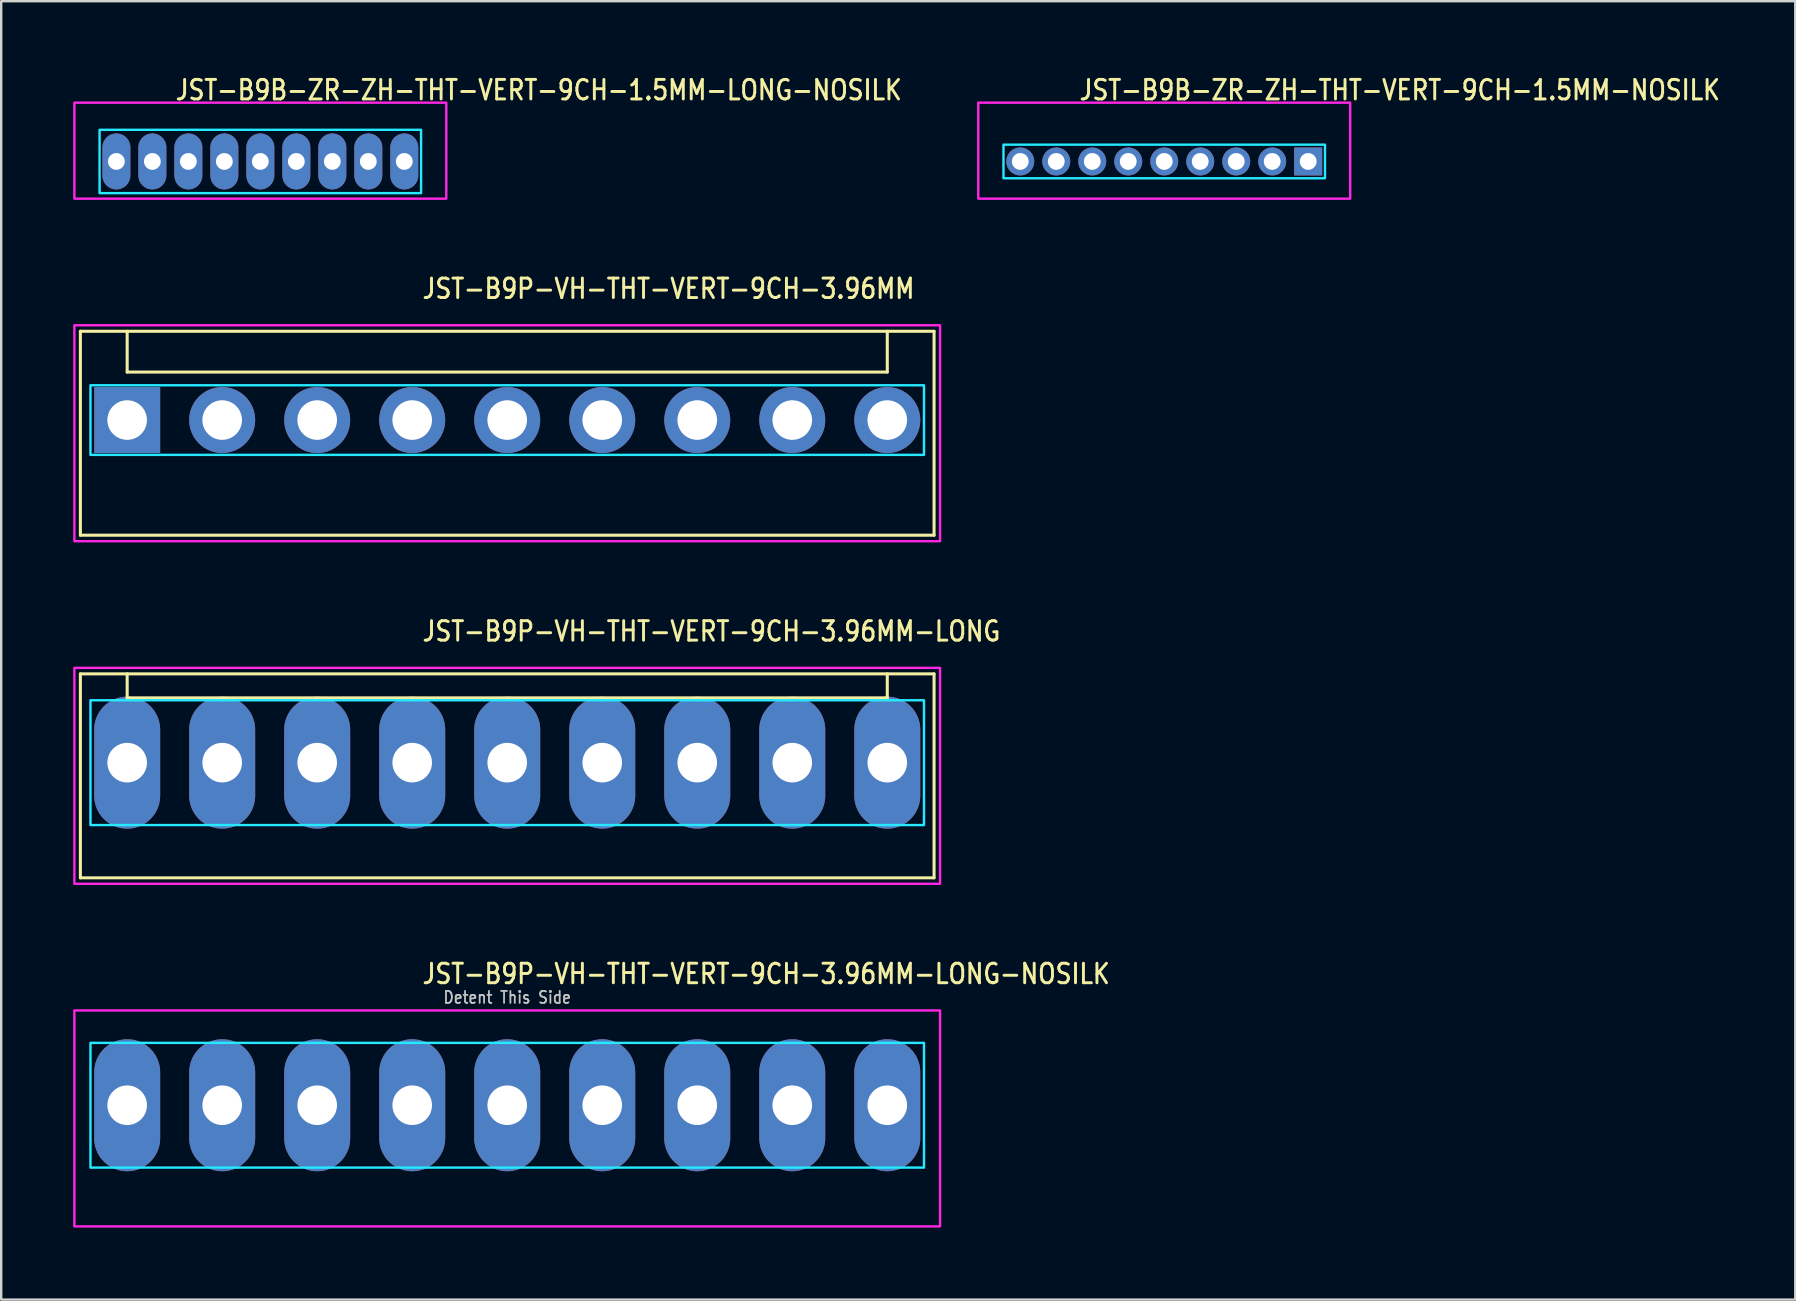
<source format=kicad_pcb>
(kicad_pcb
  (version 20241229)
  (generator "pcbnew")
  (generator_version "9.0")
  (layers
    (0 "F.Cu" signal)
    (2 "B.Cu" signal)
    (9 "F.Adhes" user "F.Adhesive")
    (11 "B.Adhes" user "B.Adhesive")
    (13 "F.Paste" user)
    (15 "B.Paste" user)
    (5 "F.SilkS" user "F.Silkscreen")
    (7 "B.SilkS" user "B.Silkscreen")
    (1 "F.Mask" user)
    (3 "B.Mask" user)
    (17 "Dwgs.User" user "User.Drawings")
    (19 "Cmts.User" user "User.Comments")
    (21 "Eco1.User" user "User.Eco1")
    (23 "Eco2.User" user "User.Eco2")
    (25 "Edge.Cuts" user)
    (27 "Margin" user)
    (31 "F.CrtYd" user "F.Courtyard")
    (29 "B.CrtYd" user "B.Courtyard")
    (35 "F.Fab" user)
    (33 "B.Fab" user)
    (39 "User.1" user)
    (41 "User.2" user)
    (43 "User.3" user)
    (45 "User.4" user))
  (footprint "JST-B9B-ZR-ZH-THT-VERT-9CH-1.5MM-NOSILK"
    (layer "F.Cu")
    (at 45.473 3.679)
    (property "Reference" "JST-B9B-ZR-ZH-THT-VERT-9CH-1.5MM-NOSILK" (at -3.6 -2.5 0) (unlocked yes) (layer "F.SilkS") (effects (font (size 0.813 0.695) (thickness 0.122)) (justify left bottom)))
    (fp_poly (pts (xy -6.7 -0.7) (xy -6.7 0.7) (xy 6.7 0.7) (xy 6.7 -0.7)) (stroke (width 0.1) (type solid)) (fill no) (layer "B.CrtYd"))
    (fp_poly (pts (xy -7.75 -2.45) (xy -7.75 1.55) (xy 7.75 1.55) (xy 7.75 -2.45)) (stroke (width 0.1) (type solid)) (fill no) (layer "F.CrtYd"))
    (pad "1" thru_hole rect (at 6 0) (size 1.167 1.167) (drill 0.7) (layers "*.Cu" "*.Mask"))
    (pad "2" thru_hole oval (at 4.5 0) (size 1.167 1.167) (drill 0.7) (layers "*.Cu" "*.Mask"))
    (pad "3" thru_hole oval (at 3 0) (size 1.167 1.167) (drill 0.7) (layers "*.Cu" "*.Mask"))
    (pad "4" thru_hole oval (at 1.5 0) (size 1.167 1.167) (drill 0.7) (layers "*.Cu" "*.Mask"))
    (pad "5" thru_hole oval (at 0 0) (size 1.167 1.167) (drill 0.7) (layers "*.Cu" "*.Mask"))
    (pad "6" thru_hole oval (at -1.5 0) (size 1.167 1.167) (drill 0.7) (layers "*.Cu" "*.Mask"))
    (pad "7" thru_hole oval (at -3 0) (size 1.167 1.167) (drill 0.7) (layers "*.Cu" "*.Mask"))
    (pad "8" thru_hole oval (at -4.5 0) (size 1.167 1.167) (drill 0.7) (layers "*.Cu" "*.Mask"))
    (pad "9" thru_hole oval (at -6 0) (size 1.167 1.167) (drill 0.7) (layers "*.Cu" "*.Mask")))
  (footprint "JST-B9B-ZR-ZH-THT-VERT-9CH-1.5MM-LONG-NOSILK"
    (layer "F.Cu")
    (at 7.8 3.679)
    (property "Reference" "JST-B9B-ZR-ZH-THT-VERT-9CH-1.5MM-LONG-NOSILK" (at -3.6 -2.5 0) (unlocked yes) (layer "F.SilkS") (effects (font (size 0.813 0.695) (thickness 0.122)) (justify left bottom)))
    (fp_poly (pts (xy -6.7 -1.32) (xy -6.7 1.32) (xy 6.7 1.32) (xy 6.7 -1.32)) (stroke (width 0.1) (type solid)) (fill no) (layer "B.CrtYd"))
    (fp_poly (pts (xy -7.75 -2.45) (xy -7.75 1.55) (xy 7.75 1.55) (xy 7.75 -2.45)) (stroke (width 0.1) (type solid)) (fill no) (layer "F.CrtYd"))
    (pad "1" thru_hole oval (at 6 0 90) (size 2.333 1.167) (drill 0.7) (layers "*.Cu" "*.Mask"))
    (pad "2" thru_hole oval (at 4.5 0 90) (size 2.333 1.167) (drill 0.7) (layers "*.Cu" "*.Mask"))
    (pad "3" thru_hole oval (at 3 0 90) (size 2.333 1.167) (drill 0.7) (layers "*.Cu" "*.Mask"))
    (pad "4" thru_hole oval (at 1.5 0 90) (size 2.333 1.167) (drill 0.7) (layers "*.Cu" "*.Mask"))
    (pad "5" thru_hole oval (at 0 0 90) (size 2.333 1.167) (drill 0.7) (layers "*.Cu" "*.Mask"))
    (pad "6" thru_hole oval (at -1.5 0 90) (size 2.333 1.167) (drill 0.7) (layers "*.Cu" "*.Mask"))
    (pad "7" thru_hole oval (at -3 0 90) (size 2.333 1.167) (drill 0.7) (layers "*.Cu" "*.Mask"))
    (pad "8" thru_hole oval (at -4.5 0 90) (size 2.333 1.167) (drill 0.7) (layers "*.Cu" "*.Mask"))
    (pad "9" thru_hole oval (at -6 0 90) (size 2.333 1.167) (drill 0.7) (layers "*.Cu" "*.Mask")))
  (footprint "JST-B9P-VH-THT-VERT-9CH-3.96MM"
    (layer "F.Cu")
    (at 18.09 14.457)
    (property "Reference" "JST-B9P-VH-THT-VERT-9CH-3.96MM" (at -3.6 -5 0) (unlocked yes) (layer "F.SilkS") (effects (font (size 0.813 0.695) (thickness 0.122)) (justify left bottom)))
    (fp_line (start -17.79 -3.7) (end 17.79 -3.7) (stroke (width 0.127) (type solid)) (layer "F.SilkS"))
    (fp_line (start -17.79 4.8) (end -17.79 -3.7) (stroke (width 0.127) (type solid)) (layer "F.SilkS"))
    (fp_line (start -17.79 4.8) (end 17.79 4.8) (stroke (width 0.127) (type solid)) (layer "F.SilkS"))
    (fp_line (start -15.84 -3.7) (end -15.84 -2) (stroke (width 0.127) (type solid)) (layer "F.SilkS"))
    (fp_line (start -15.84 -2) (end 15.84 -2) (stroke (width 0.127) (type solid)) (layer "F.SilkS"))
    (fp_line (start 15.84 -3.7) (end 15.84 -2) (stroke (width 0.127) (type solid)) (layer "F.SilkS"))
    (fp_line (start 17.79 -3.7) (end 17.79 4.8) (stroke (width 0.127) (type solid)) (layer "F.SilkS"))
    (fp_poly (pts (xy -17.37 -1.45) (xy -17.37 1.45) (xy 17.37 1.45) (xy 17.37 -1.45)) (stroke (width 0.1) (type solid)) (fill no) (layer "B.CrtYd"))
    (fp_poly (pts (xy -18.04 -3.95) (xy -18.04 5.05) (xy 18.04 5.05) (xy 18.04 -3.95)) (stroke (width 0.1) (type solid)) (fill no) (layer "F.CrtYd"))
    (pad "1" thru_hole rect (at -15.84 0) (size 2.75 2.75) (drill 1.65) (layers "*.Cu" "*.Mask"))
    (pad "2" thru_hole oval (at -11.88 0) (size 2.75 2.75) (drill 1.65) (layers "*.Cu" "*.Mask"))
    (pad "3" thru_hole oval (at -7.92 0) (size 2.75 2.75) (drill 1.65) (layers "*.Cu" "*.Mask"))
    (pad "4" thru_hole oval (at -3.96 0) (size 2.75 2.75) (drill 1.65) (layers "*.Cu" "*.Mask"))
    (pad "5" thru_hole oval (at 0 0) (size 2.75 2.75) (drill 1.65) (layers "*.Cu" "*.Mask"))
    (pad "6" thru_hole oval (at 3.96 0) (size 2.75 2.75) (drill 1.65) (layers "*.Cu" "*.Mask"))
    (pad "7" thru_hole oval (at 7.92 0) (size 2.75 2.75) (drill 1.65) (layers "*.Cu" "*.Mask"))
    (pad "8" thru_hole oval (at 11.88 0) (size 2.75 2.75) (drill 1.65) (layers "*.Cu" "*.Mask"))
    (pad "9" thru_hole oval (at 15.84 0) (size 2.75 2.75) (drill 1.65) (layers "*.Cu" "*.Mask")))
  (footprint "JST-B9P-VH-THT-VERT-9CH-3.96MM-LONG"
    (layer "F.Cu")
    (at 18.09 28.736)
    (property "Reference" "JST-B9P-VH-THT-VERT-9CH-3.96MM-LONG" (at -3.6 -5 0) (unlocked yes) (layer "F.SilkS") (effects (font (size 0.813 0.695) (thickness 0.122)) (justify left bottom)))
    (fp_line (start -17.79 -3.7) (end 17.79 -3.7) (stroke (width 0.127) (type solid)) (layer "F.SilkS"))
    (fp_line (start -17.79 4.8) (end -17.79 -3.7) (stroke (width 0.127) (type solid)) (layer "F.SilkS"))
    (fp_line (start -17.79 4.8) (end 17.79 4.8) (stroke (width 0.127) (type solid)) (layer "F.SilkS"))
    (fp_line (start -15.84 -3.7) (end -15.84 -2.7) (stroke (width 0.127) (type solid)) (layer "F.SilkS"))
    (fp_line (start -15.84 -2.7) (end 15.84 -2.7) (stroke (width 0.127) (type solid)) (layer "F.SilkS"))
    (fp_line (start 15.84 -3.7) (end 15.84 -2.7) (stroke (width 0.127) (type solid)) (layer "F.SilkS"))
    (fp_line (start 17.79 -3.7) (end 17.79 4.8) (stroke (width 0.127) (type solid)) (layer "F.SilkS"))
    (fp_poly (pts (xy -17.37 -2.6) (xy -17.37 2.6) (xy 17.37 2.6) (xy 17.37 -2.6)) (stroke (width 0.1) (type solid)) (fill no) (layer "B.CrtYd"))
    (fp_poly (pts (xy -18.04 -3.95) (xy -18.04 5.05) (xy 18.04 5.05) (xy 18.04 -3.95)) (stroke (width 0.1) (type solid)) (fill no) (layer "F.CrtYd"))
    (pad "1" thru_hole oval (at -15.84 0 90) (size 5.5 2.75) (drill 1.65) (layers "*.Cu" "*.Mask"))
    (pad "2" thru_hole oval (at -11.88 0 90) (size 5.5 2.75) (drill 1.65) (layers "*.Cu" "*.Mask"))
    (pad "3" thru_hole oval (at -7.92 0 90) (size 5.5 2.75) (drill 1.65) (layers "*.Cu" "*.Mask"))
    (pad "4" thru_hole oval (at -3.96 0 90) (size 5.5 2.75) (drill 1.65) (layers "*.Cu" "*.Mask"))
    (pad "5" thru_hole oval (at 0 0 90) (size 5.5 2.75) (drill 1.65) (layers "*.Cu" "*.Mask"))
    (pad "6" thru_hole oval (at 3.96 0 90) (size 5.5 2.75) (drill 1.65) (layers "*.Cu" "*.Mask"))
    (pad "7" thru_hole oval (at 7.92 0 90) (size 5.5 2.75) (drill 1.65) (layers "*.Cu" "*.Mask"))
    (pad "8" thru_hole oval (at 11.88 0 90) (size 5.5 2.75) (drill 1.65) (layers "*.Cu" "*.Mask"))
    (pad "9" thru_hole oval (at 15.84 0 90) (size 5.5 2.75) (drill 1.65) (layers "*.Cu" "*.Mask")))
  (footprint "JST-B9P-VH-THT-VERT-9CH-3.96MM-LONG-NOSILK"
    (layer "F.Cu")
    (at 18.09 43.014)
    (property "Reference" "JST-B9P-VH-THT-VERT-9CH-3.96MM-LONG-NOSILK" (at -3.6 -5 0) (unlocked yes) (layer "F.SilkS") (effects (font (size 0.813 0.695) (thickness 0.122)) (justify left bottom)))
    (fp_poly (pts (xy -17.37 -2.6) (xy -17.37 2.6) (xy 17.37 2.6) (xy 17.37 -2.6)) (stroke (width 0.1) (type solid)) (fill no) (layer "B.CrtYd"))
    (fp_poly (pts (xy -18.04 -3.95) (xy -18.04 5.05) (xy 18.04 5.05) (xy 18.04 -3.95)) (stroke (width 0.1) (type solid)) (fill no) (layer "F.CrtYd"))
    (fp_text user "Detent This Side" (at 0 -4.2 0) (unlocked yes) (layer "Dwgs.User") (effects (font (size 0.5 0.427) (thickness 0.075)) (justify bottom)))
    (pad "1" thru_hole oval (at -15.84 0 90) (size 5.5 2.75) (drill 1.65) (layers "*.Cu" "*.Mask"))
    (pad "2" thru_hole oval (at -11.88 0 90) (size 5.5 2.75) (drill 1.65) (layers "*.Cu" "*.Mask"))
    (pad "3" thru_hole oval (at -7.92 0 90) (size 5.5 2.75) (drill 1.65) (layers "*.Cu" "*.Mask"))
    (pad "4" thru_hole oval (at -3.96 0 90) (size 5.5 2.75) (drill 1.65) (layers "*.Cu" "*.Mask"))
    (pad "5" thru_hole oval (at 0 0 90) (size 5.5 2.75) (drill 1.65) (layers "*.Cu" "*.Mask"))
    (pad "6" thru_hole oval (at 3.96 0 90) (size 5.5 2.75) (drill 1.65) (layers "*.Cu" "*.Mask"))
    (pad "7" thru_hole oval (at 7.92 0 90) (size 5.5 2.75) (drill 1.65) (layers "*.Cu" "*.Mask"))
    (pad "8" thru_hole oval (at 11.88 0 90) (size 5.5 2.75) (drill 1.65) (layers "*.Cu" "*.Mask"))
    (pad "9" thru_hole oval (at 15.84 0 90) (size 5.5 2.75) (drill 1.65) (layers "*.Cu" "*.Mask")))
  (gr_rect
    (start -3 -3)
    (end 71.773 51.114)
    (stroke (width 0.1) (type default))
    (fill no)
    (layer "Edge.Cuts")))
</source>
